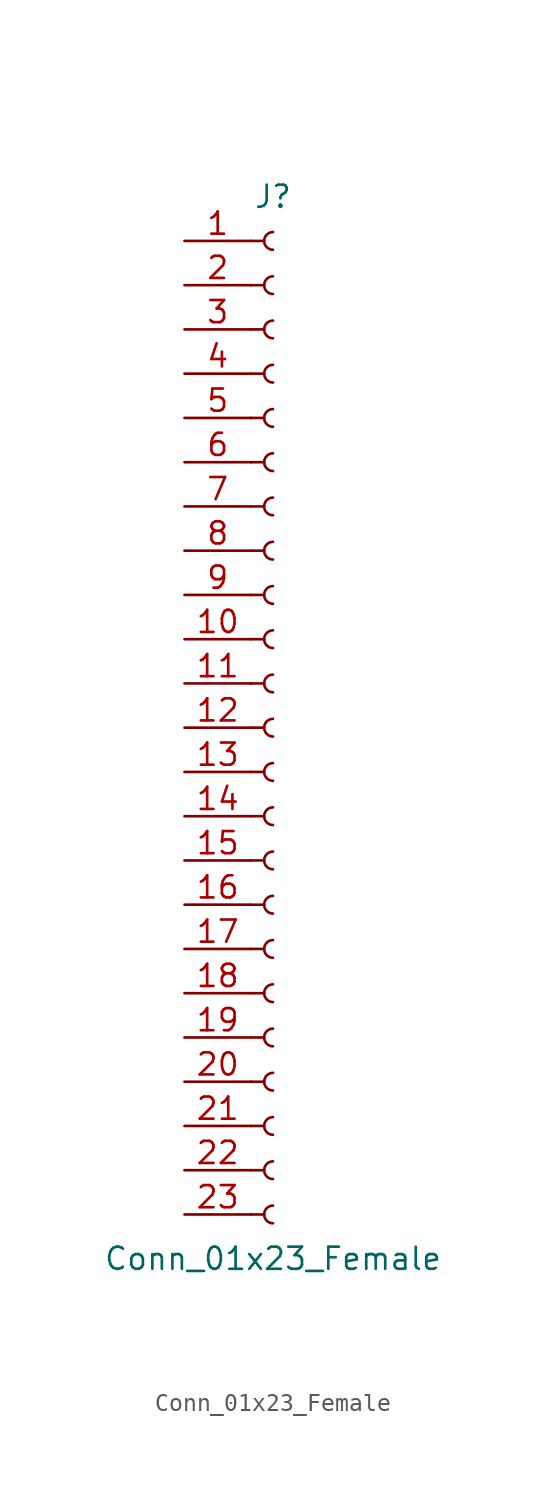
<source format=kicad_sym>
(kicad_symbol_lib
  (version 20201005)
  (generator kicad_symbol_editor)
  (symbol "Connector:Conn_01x23_Female"
    (pin_names
      (offset 1.016) hide)
    (property "Reference" "J"
      (at 0 30.48 0)
      (effects (font (size 1.27 1.27))))
    (property "Value" "Conn_01x23_Female"
      (at 0 -30.48 0)
      (effects (font (size 1.27 1.27))))
    (symbol "Conn_01x23_Female_1_1"
      (arc (start 0 -27.432) (end 0 -28.448) (radius (at 0 -27.94) (length 0.508) (angles 90.1 -90.1)) (stroke (width 0.1524)) (fill (type none)))
      (arc (start 0 -24.892) (end 0 -25.908) (radius (at 0 -25.4) (length 0.508) (angles 90.1 -90.1)) (stroke (width 0.1524)) (fill (type none)))
      (arc (start 0 -22.352) (end 0 -23.368) (radius (at 0 -22.86) (length 0.508) (angles 90.1 -90.1)) (stroke (width 0.1524)) (fill (type none)))
      (arc (start 0 -19.812) (end 0 -20.828) (radius (at 0 -20.32) (length 0.508) (angles 90.1 -90.1)) (stroke (width 0.1524)) (fill (type none)))
      (arc (start 0 -17.272) (end 0 -18.288) (radius (at 0 -17.78) (length 0.508) (angles 90.1 -90.1)) (stroke (width 0.1524)) (fill (type none)))
      (arc (start 0 -14.732) (end 0 -15.748) (radius (at 0 -15.24) (length 0.508) (angles 90.1 -90.1)) (stroke (width 0.1524)) (fill (type none)))
      (arc (start 0 -12.192) (end 0 -13.208) (radius (at 0 -12.7) (length 0.508) (angles 90.1 -90.1)) (stroke (width 0.1524)) (fill (type none)))
      (arc (start 0 -9.652) (end 0 -10.668) (radius (at 0 -10.16) (length 0.508) (angles 90.1 -90.1)) (stroke (width 0.1524)) (fill (type none)))
      (arc (start 0 -7.112) (end 0 -8.128) (radius (at 0 -7.62) (length 0.508) (angles 90.1 -90.1)) (stroke (width 0.1524)) (fill (type none)))
      (arc (start 0 -4.572) (end 0 -5.588) (radius (at 0 -5.08) (length 0.508) (angles 90.1 -90.1)) (stroke (width 0.1524)) (fill (type none)))
      (arc (start 0 -2.032) (end 0 -3.048) (radius (at 0 -2.54) (length 0.508) (angles 90.1 -90.1)) (stroke (width 0.1524)) (fill (type none)))
      (arc (start 0 0.508) (end 0 -0.508) (radius (at 0 0) (length 0.508) (angles 90.1 -90.1)) (stroke (width 0.1524)) (fill (type none)))
      (arc (start 0 3.048) (end 0 2.032) (radius (at 0 2.54) (length 0.508) (angles 90.1 -90.1)) (stroke (width 0.1524)) (fill (type none)))
      (arc (start 0 5.588) (end 0 4.572) (radius (at 0 5.08) (length 0.508) (angles 90.1 -90.1)) (stroke (width 0.1524)) (fill (type none)))
      (arc (start 0 8.128) (end 0 7.112) (radius (at 0 7.62) (length 0.508) (angles 90.1 -90.1)) (stroke (width 0.1524)) (fill (type none)))
      (arc (start 0 10.668) (end 0 9.652) (radius (at 0 10.16) (length 0.508) (angles 90.1 -90.1)) (stroke (width 0.1524)) (fill (type none)))
      (arc (start 0 13.208) (end 0 12.192) (radius (at 0 12.7) (length 0.508) (angles 90.1 -90.1)) (stroke (width 0.1524)) (fill (type none)))
      (arc (start 0 15.748) (end 0 14.732) (radius (at 0 15.24) (length 0.508) (angles 90.1 -90.1)) (stroke (width 0.1524)) (fill (type none)))
      (arc (start 0 18.288) (end 0 17.272) (radius (at 0 17.78) (length 0.508) (angles 90.1 -90.1)) (stroke (width 0.1524)) (fill (type none)))
      (arc (start 0 20.828) (end 0 19.812) (radius (at 0 20.32) (length 0.508) (angles 90.1 -90.1)) (stroke (width 0.1524)) (fill (type none)))
      (arc (start 0 23.368) (end 0 22.352) (radius (at 0 22.86) (length 0.508) (angles 90.1 -90.1)) (stroke (width 0.1524)) (fill (type none)))
      (arc (start 0 25.908) (end 0 24.892) (radius (at 0 25.4) (length 0.508) (angles 90.1 -90.1)) (stroke (width 0.1524)) (fill (type none)))
      (arc (start 0 28.448) (end 0 27.432) (radius (at 0 27.94) (length 0.508) (angles 90.1 -90.1)) (stroke (width 0.1524)) (fill (type none)))
      (polyline (pts (xy -1.27 -27.94) (xy -0.508 -27.94)) (stroke (width 0.152)) (fill (type none)))
      (polyline (pts (xy -1.27 -25.4) (xy -0.508 -25.4)) (stroke (width 0.152)) (fill (type none)))
      (polyline (pts (xy -1.27 -22.86) (xy -0.508 -22.86)) (stroke (width 0.152)) (fill (type none)))
      (polyline (pts (xy -1.27 -20.32) (xy -0.508 -20.32)) (stroke (width 0.152)) (fill (type none)))
      (polyline (pts (xy -1.27 -17.78) (xy -0.508 -17.78)) (stroke (width 0.152)) (fill (type none)))
      (polyline (pts (xy -1.27 -15.24) (xy -0.508 -15.24)) (stroke (width 0.152)) (fill (type none)))
      (polyline (pts (xy -1.27 -12.7) (xy -0.508 -12.7)) (stroke (width 0.152)) (fill (type none)))
      (polyline (pts (xy -1.27 -10.16) (xy -0.508 -10.16)) (stroke (width 0.152)) (fill (type none)))
      (polyline (pts (xy -1.27 -7.62) (xy -0.508 -7.62)) (stroke (width 0.152)) (fill (type none)))
      (polyline (pts (xy -1.27 -5.08) (xy -0.508 -5.08)) (stroke (width 0.152)) (fill (type none)))
      (polyline (pts (xy -1.27 -2.54) (xy -0.508 -2.54)) (stroke (width 0.152)) (fill (type none)))
      (polyline (pts (xy -1.27 0) (xy -0.508 0)) (stroke (width 0.152)) (fill (type none)))
      (polyline (pts (xy -1.27 2.54) (xy -0.508 2.54)) (stroke (width 0.152)) (fill (type none)))
      (polyline (pts (xy -1.27 5.08) (xy -0.508 5.08)) (stroke (width 0.152)) (fill (type none)))
      (polyline (pts (xy -1.27 7.62) (xy -0.508 7.62)) (stroke (width 0.152)) (fill (type none)))
      (polyline (pts (xy -1.27 10.16) (xy -0.508 10.16)) (stroke (width 0.152)) (fill (type none)))
      (polyline (pts (xy -1.27 12.7) (xy -0.508 12.7)) (stroke (width 0.152)) (fill (type none)))
      (polyline (pts (xy -1.27 15.24) (xy -0.508 15.24)) (stroke (width 0.152)) (fill (type none)))
      (polyline (pts (xy -1.27 17.78) (xy -0.508 17.78)) (stroke (width 0.152)) (fill (type none)))
      (polyline (pts (xy -1.27 20.32) (xy -0.508 20.32)) (stroke (width 0.152)) (fill (type none)))
      (polyline (pts (xy -1.27 22.86) (xy -0.508 22.86)) (stroke (width 0.152)) (fill (type none)))
      (polyline (pts (xy -1.27 25.4) (xy -0.508 25.4)) (stroke (width 0.152)) (fill (type none)))
      (polyline (pts (xy -1.27 27.94) (xy -0.508 27.94)) (stroke (width 0.152)) (fill (type none)))
      (pin passive line (at -5.08 27.94 0) (length 3.81) (name "Pin_1" (effects (font (size 1.27 1.27)))) (number "1" (effects (font (size 1.27 1.27)))))
      (pin passive line (at -5.08 5.08 0) (length 3.81) (name "Pin_10" (effects (font (size 1.27 1.27)))) (number "10" (effects (font (size 1.27 1.27)))))
      (pin passive line (at -5.08 2.54 0) (length 3.81) (name "Pin_11" (effects (font (size 1.27 1.27)))) (number "11" (effects (font (size 1.27 1.27)))))
      (pin passive line (at -5.08 0 0) (length 3.81) (name "Pin_12" (effects (font (size 1.27 1.27)))) (number "12" (effects (font (size 1.27 1.27)))))
      (pin passive line (at -5.08 -2.54 0) (length 3.81) (name "Pin_13" (effects (font (size 1.27 1.27)))) (number "13" (effects (font (size 1.27 1.27)))))
      (pin passive line (at -5.08 -5.08 0) (length 3.81) (name "Pin_14" (effects (font (size 1.27 1.27)))) (number "14" (effects (font (size 1.27 1.27)))))
      (pin passive line (at -5.08 -7.62 0) (length 3.81) (name "Pin_15" (effects (font (size 1.27 1.27)))) (number "15" (effects (font (size 1.27 1.27)))))
      (pin passive line (at -5.08 -10.16 0) (length 3.81) (name "Pin_16" (effects (font (size 1.27 1.27)))) (number "16" (effects (font (size 1.27 1.27)))))
      (pin passive line (at -5.08 -12.7 0) (length 3.81) (name "Pin_17" (effects (font (size 1.27 1.27)))) (number "17" (effects (font (size 1.27 1.27)))))
      (pin passive line (at -5.08 -15.24 0) (length 3.81) (name "Pin_18" (effects (font (size 1.27 1.27)))) (number "18" (effects (font (size 1.27 1.27)))))
      (pin passive line (at -5.08 -17.78 0) (length 3.81) (name "Pin_19" (effects (font (size 1.27 1.27)))) (number "19" (effects (font (size 1.27 1.27)))))
      (pin passive line (at -5.08 25.4 0) (length 3.81) (name "Pin_2" (effects (font (size 1.27 1.27)))) (number "2" (effects (font (size 1.27 1.27)))))
      (pin passive line (at -5.08 -20.32 0) (length 3.81) (name "Pin_20" (effects (font (size 1.27 1.27)))) (number "20" (effects (font (size 1.27 1.27)))))
      (pin passive line (at -5.08 -22.86 0) (length 3.81) (name "Pin_21" (effects (font (size 1.27 1.27)))) (number "21" (effects (font (size 1.27 1.27)))))
      (pin passive line (at -5.08 -25.4 0) (length 3.81) (name "Pin_22" (effects (font (size 1.27 1.27)))) (number "22" (effects (font (size 1.27 1.27)))))
      (pin passive line (at -5.08 -27.94 0) (length 3.81) (name "Pin_23" (effects (font (size 1.27 1.27)))) (number "23" (effects (font (size 1.27 1.27)))))
      (pin passive line (at -5.08 22.86 0) (length 3.81) (name "Pin_3" (effects (font (size 1.27 1.27)))) (number "3" (effects (font (size 1.27 1.27)))))
      (pin passive line (at -5.08 20.32 0) (length 3.81) (name "Pin_4" (effects (font (size 1.27 1.27)))) (number "4" (effects (font (size 1.27 1.27)))))
      (pin passive line (at -5.08 17.78 0) (length 3.81) (name "Pin_5" (effects (font (size 1.27 1.27)))) (number "5" (effects (font (size 1.27 1.27)))))
      (pin passive line (at -5.08 15.24 0) (length 3.81) (name "Pin_6" (effects (font (size 1.27 1.27)))) (number "6" (effects (font (size 1.27 1.27)))))
      (pin passive line (at -5.08 12.7 0) (length 3.81) (name "Pin_7" (effects (font (size 1.27 1.27)))) (number "7" (effects (font (size 1.27 1.27)))))
      (pin passive line (at -5.08 10.16 0) (length 3.81) (name "Pin_8" (effects (font (size 1.27 1.27)))) (number "8" (effects (font (size 1.27 1.27)))))
      (pin passive line (at -5.08 7.62 0) (length 3.81) (name "Pin_9" (effects (font (size 1.27 1.27)))) (number "9" (effects (font (size 1.27 1.27))))))))
</source>
